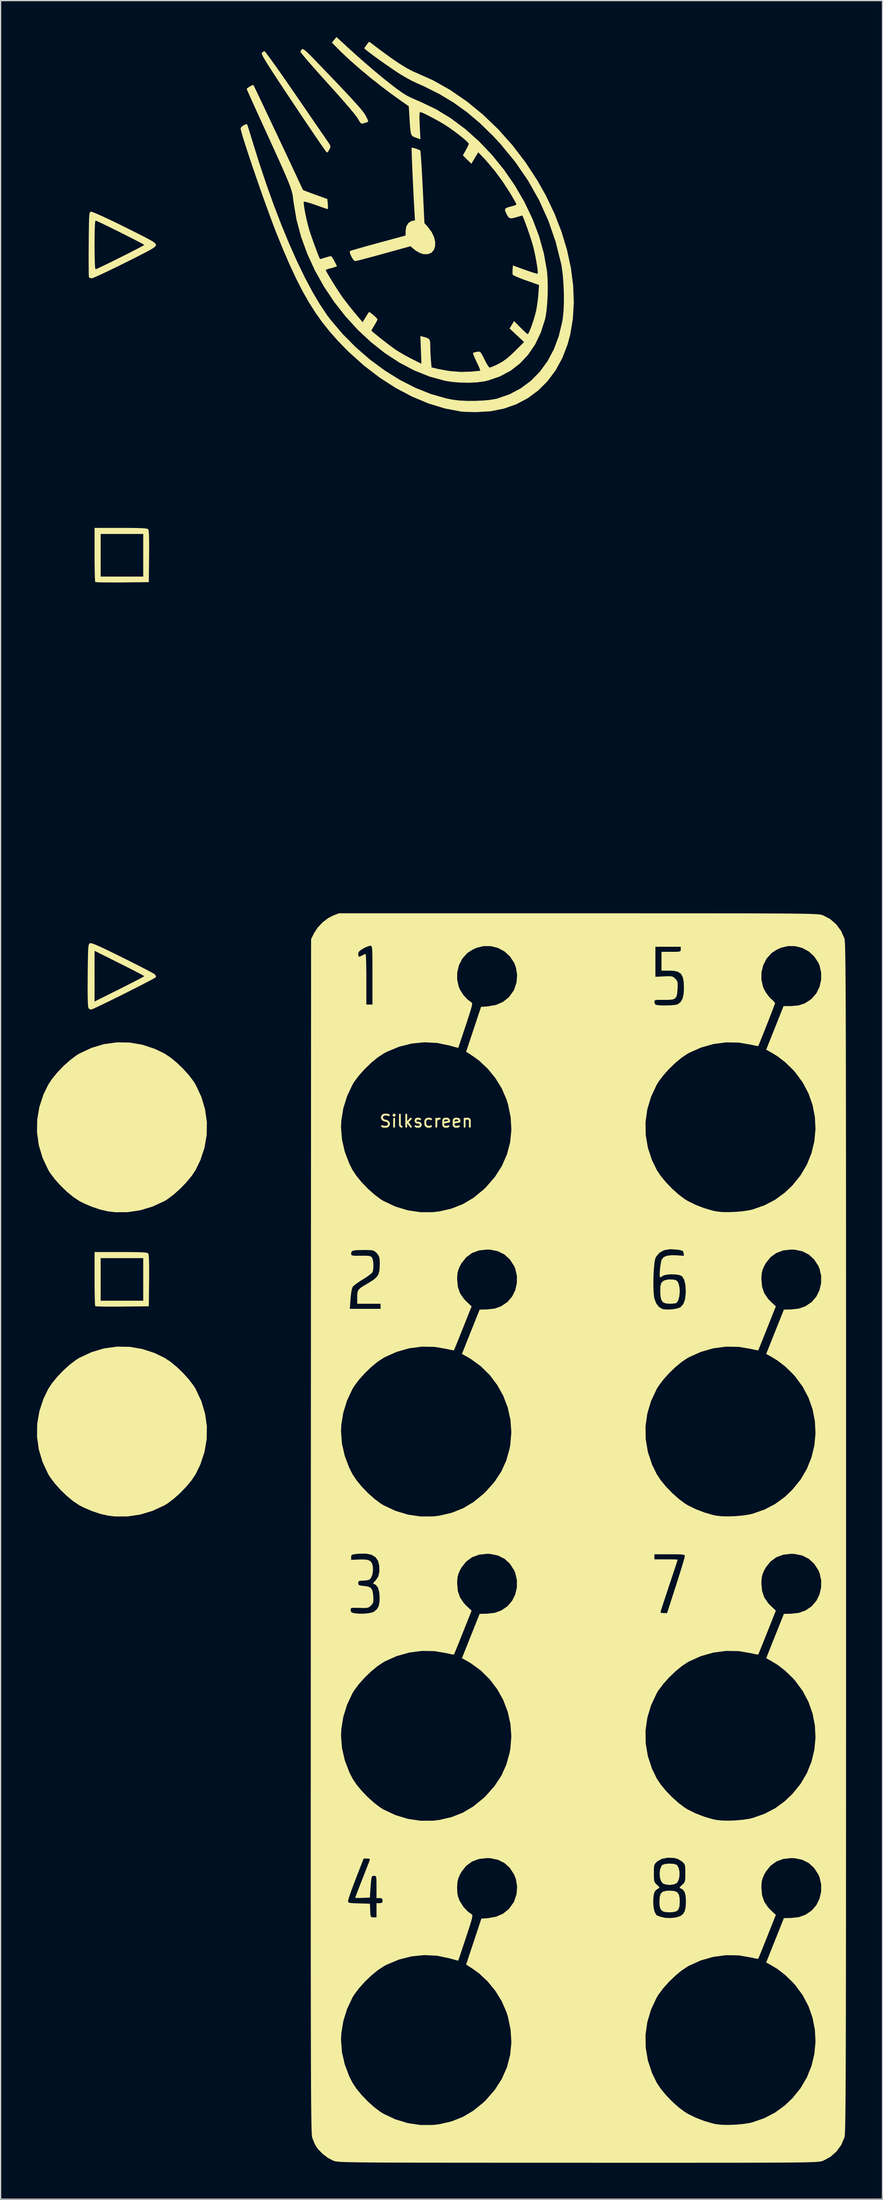
<source format=kicad_pcb>
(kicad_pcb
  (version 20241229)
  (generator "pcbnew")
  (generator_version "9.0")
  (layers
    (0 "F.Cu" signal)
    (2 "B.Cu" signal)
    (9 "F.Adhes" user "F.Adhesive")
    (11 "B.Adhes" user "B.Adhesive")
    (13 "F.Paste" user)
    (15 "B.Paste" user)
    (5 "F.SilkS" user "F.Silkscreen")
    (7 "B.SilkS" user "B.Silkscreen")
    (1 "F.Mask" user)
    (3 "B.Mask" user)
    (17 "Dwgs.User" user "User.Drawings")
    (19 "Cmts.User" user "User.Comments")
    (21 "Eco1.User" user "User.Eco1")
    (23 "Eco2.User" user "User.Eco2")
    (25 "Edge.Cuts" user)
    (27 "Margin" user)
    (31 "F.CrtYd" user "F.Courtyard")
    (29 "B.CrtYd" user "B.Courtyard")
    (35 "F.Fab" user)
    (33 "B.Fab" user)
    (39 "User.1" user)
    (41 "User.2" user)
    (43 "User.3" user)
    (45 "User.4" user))
  (footprint "Silkscreen"
    (layer "F.Cu")
    (at 32.062 89.818)
    (property "Reference" "Silkscreen" (at 0 -0.5 0) (unlocked yes) (layer "F.SilkS") (effects (font (size 1 1) (thickness 0.15))))
    (fp_poly (pts (xy 20.423 62.912) (xy 20.668 63.004) (xy 20.812 63.188) (xy 20.877 63.491) (xy 20.888 63.802) (xy 20.864 64.195) (xy 20.773 64.451) (xy 20.592 64.598) (xy 20.294 64.661) (xy 20.053 64.67) (xy 19.732 64.655) (xy 19.524 64.602) (xy 19.384 64.503) (xy 19.286 64.365) (xy 19.234 64.168) (xy 19.217 63.864) (xy 19.217 63.802) (xy 19.24 63.396) (xy 19.324 63.128) (xy 19.492 62.971) (xy 19.769 62.9) (xy 20.053 62.887)) (stroke (width 0) (type solid)) (fill yes) (layer "F.SilkS"))
    (fp_poly (pts (xy 20.4 12.548) (xy 20.597 12.604) (xy 20.719 12.724) (xy 20.799 12.895) (xy 20.872 13.206) (xy 20.888 13.564) (xy 20.853 13.922) (xy 20.773 14.229) (xy 20.655 14.436) (xy 20.611 14.473) (xy 20.476 14.509) (xy 20.237 14.532) (xy 20.074 14.537) (xy 19.76 14.516) (xy 19.554 14.441) (xy 19.468 14.371) (xy 19.361 14.19) (xy 19.3 13.898) (xy 19.283 13.474) (xy 19.297 13.076) (xy 19.378 12.797) (xy 19.589 12.619) (xy 19.933 12.539) (xy 20.083 12.534)) (stroke (width 0) (type solid)) (fill yes) (layer "F.SilkS"))
    (fp_poly (pts (xy 20.422 60.685) (xy 20.642 60.763) (xy 20.666 60.784) (xy 20.8 61.013) (xy 20.867 61.327) (xy 20.867 61.672) (xy 20.803 61.991) (xy 20.677 62.229) (xy 20.614 62.287) (xy 20.419 62.366) (xy 20.148 62.41) (xy 20.053 62.414) (xy 19.777 62.386) (xy 19.545 62.317) (xy 19.491 62.287) (xy 19.343 62.093) (xy 19.255 61.798) (xy 19.231 61.457) (xy 19.272 61.125) (xy 19.38 60.857) (xy 19.439 60.784) (xy 19.629 60.696) (xy 19.971 60.66) (xy 20.053 60.659)) (stroke (width 0) (type solid)) (fill yes) (layer "F.SilkS"))
    (fp_poly (pts (xy -24.475 -49.378) (xy -23.939 -49.372) (xy -23.536 -49.362) (xy -23.248 -49.346) (xy -23.056 -49.324) (xy -22.945 -49.294) (xy -22.902 -49.265) (xy -22.87 -49.161) (xy -22.846 -48.932) (xy -22.832 -48.568) (xy -22.825 -48.061) (xy -22.826 -47.4) (xy -22.829 -47.03) (xy -22.852 -44.91) (xy -25.03 -44.887) (xy -25.617 -44.883) (xy -26.149 -44.884) (xy -26.602 -44.889) (xy -26.954 -44.897) (xy -27.183 -44.909) (xy -27.265 -44.922) (xy -27.28 -45.018) (xy -27.294 -45.258) (xy -27.297 -45.369) (xy -26.82 -45.369) (xy -23.311 -45.369) (xy -23.311 -48.878) (xy -26.82 -48.878) (xy -26.82 -45.369) (xy -27.297 -45.369) (xy -27.305 -45.62) (xy -27.314 -46.082) (xy -27.32 -46.62) (xy -27.322 -47.179) (xy -27.322 -49.38) (xy -25.16 -49.38)) (stroke (width 0) (type solid)) (fill yes) (layer "F.SilkS"))
    (fp_poly (pts (xy -24.475 10.279) (xy -23.939 10.284) (xy -23.536 10.294) (xy -23.248 10.31) (xy -23.056 10.333) (xy -22.945 10.363) (xy -22.902 10.392) (xy -22.87 10.496) (xy -22.846 10.725) (xy -22.832 11.088) (xy -22.825 11.596) (xy -22.826 12.256) (xy -22.829 12.627) (xy -22.852 14.747) (xy -25.03 14.769) (xy -25.617 14.773) (xy -26.149 14.773) (xy -26.602 14.768) (xy -26.954 14.76) (xy -27.183 14.748) (xy -27.265 14.734) (xy -27.28 14.639) (xy -27.294 14.399) (xy -27.297 14.287) (xy -26.82 14.287) (xy -23.311 14.287) (xy -23.311 10.778) (xy -26.82 10.778) (xy -26.82 14.287) (xy -27.297 14.287) (xy -27.305 14.037) (xy -27.314 13.575) (xy -27.32 13.036) (xy -27.322 12.477) (xy -27.322 10.277) (xy -25.16 10.277)) (stroke (width 0) (type solid)) (fill yes) (layer "F.SilkS"))
    (fp_poly (pts (xy -10.077 -88.786) (xy -9.925 -88.67) (xy -9.704 -88.464) (xy -9.398 -88.157) (xy -9.171 -87.923) (xy -8.357 -87.078) (xy -7.652 -86.343) (xy -7.05 -85.71) (xy -6.542 -85.171) (xy -6.12 -84.717) (xy -5.777 -84.341) (xy -5.505 -84.033) (xy -5.297 -83.785) (xy -5.145 -83.589) (xy -5.04 -83.436) (xy -4.996 -83.359) (xy -4.855 -83.084) (xy -4.789 -82.922) (xy -4.796 -82.837) (xy -4.873 -82.792) (xy -4.964 -82.768) (xy -5.168 -82.711) (xy -5.28 -82.674) (xy -5.391 -82.718) (xy -5.534 -82.92) (xy -5.601 -83.045) (xy -5.719 -83.228) (xy -5.947 -83.523) (xy -6.278 -83.925) (xy -6.707 -84.425) (xy -7.227 -85.016) (xy -7.832 -85.692) (xy -8.084 -85.97) (xy -8.578 -86.518) (xy -9.036 -87.031) (xy -9.445 -87.494) (xy -9.793 -87.893) (xy -10.068 -88.217) (xy -10.258 -88.449) (xy -10.353 -88.577) (xy -10.361 -88.596) (xy -10.302 -88.745) (xy -10.241 -88.811) (xy -10.177 -88.829)) (stroke (width 0) (type solid)) (fill yes) (layer "F.SilkS"))
    (fp_poly (pts (xy -13.257 -88.582) (xy -13.106 -88.39) (xy -12.879 -88.085) (xy -12.586 -87.681) (xy -12.236 -87.189) (xy -11.839 -86.624) (xy -11.403 -85.998) (xy -10.937 -85.324) (xy -10.768 -85.077) (xy -10.288 -84.376) (xy -9.829 -83.708) (xy -9.402 -83.086) (xy -9.017 -82.525) (xy -8.684 -82.04) (xy -8.413 -81.646) (xy -8.213 -81.356) (xy -8.096 -81.186) (xy -8.079 -81.162) (xy -7.939 -80.952) (xy -7.887 -80.814) (xy -7.911 -80.686) (xy -7.973 -80.556) (xy -8.081 -80.382) (xy -8.168 -80.296) (xy -8.177 -80.294) (xy -8.234 -80.362) (xy -8.376 -80.556) (xy -8.593 -80.866) (xy -8.877 -81.278) (xy -9.22 -81.781) (xy -9.614 -82.361) (xy -10.05 -83.008) (xy -10.519 -83.708) (xy -10.944 -84.344) (xy -11.522 -85.213) (xy -12.013 -85.953) (xy -12.422 -86.576) (xy -12.757 -87.09) (xy -13.023 -87.507) (xy -13.227 -87.836) (xy -13.376 -88.087) (xy -13.474 -88.272) (xy -13.53 -88.399) (xy -13.548 -88.479) (xy -13.537 -88.522) (xy -13.399 -88.629) (xy -13.324 -88.649)) (stroke (width 0) (type solid)) (fill yes) (layer "F.SilkS"))
    (fp_poly (pts (xy -24.435 -6.981) (xy -23.388 -6.803) (xy -22.36 -6.464) (xy -21.557 -6.074) (xy -21.063 -5.748) (xy -20.536 -5.313) (xy -20.013 -4.81) (xy -19.538 -4.28) (xy -19.149 -3.764) (xy -18.992 -3.509) (xy -18.523 -2.506) (xy -18.215 -1.474) (xy -18.069 -0.424) (xy -18.085 0.631) (xy -18.263 1.678) (xy -18.602 2.706) (xy -18.992 3.509) (xy -19.318 4.002) (xy -19.753 4.53) (xy -20.256 5.052) (xy -20.786 5.528) (xy -21.302 5.917) (xy -21.557 6.074) (xy -22.526 6.526) (xy -23.545 6.834) (xy -24.588 6.992) (xy -25.63 6.995) (xy -26.222 6.925) (xy -26.85 6.779) (xy -27.534 6.551) (xy -28.203 6.266) (xy -28.575 6.074) (xy -29.068 5.748) (xy -29.596 5.313) (xy -30.118 4.81) (xy -30.594 4.28) (xy -30.983 3.764) (xy -31.14 3.509) (xy -31.609 2.506) (xy -31.917 1.474) (xy -32.062 0.424) (xy -32.047 -0.631) (xy -31.869 -1.678) (xy -31.53 -2.706) (xy -31.14 -3.509) (xy -30.813 -4.002) (xy -30.379 -4.53) (xy -29.876 -5.052) (xy -29.346 -5.528) (xy -28.829 -5.917) (xy -28.575 -6.074) (xy -27.572 -6.543) (xy -26.54 -6.851) (xy -25.49 -6.997)) (stroke (width 0) (type solid)) (fill yes) (layer "F.SilkS"))
    (fp_poly (pts (xy -24.435 18.085) (xy -23.388 18.263) (xy -22.36 18.602) (xy -21.557 18.992) (xy -21.063 19.318) (xy -20.536 19.753) (xy -20.013 20.256) (xy -19.538 20.786) (xy -19.149 21.302) (xy -18.992 21.557) (xy -18.523 22.559) (xy -18.215 23.592) (xy -18.069 24.642) (xy -18.085 25.696) (xy -18.263 26.744) (xy -18.602 27.771) (xy -18.992 28.575) (xy -19.318 29.068) (xy -19.753 29.596) (xy -20.256 30.118) (xy -20.786 30.594) (xy -21.302 30.983) (xy -21.557 31.14) (xy -22.526 31.592) (xy -23.545 31.9) (xy -24.588 32.058) (xy -25.63 32.061) (xy -26.222 31.991) (xy -26.85 31.845) (xy -27.534 31.617) (xy -28.203 31.332) (xy -28.575 31.14) (xy -29.068 30.813) (xy -29.596 30.379) (xy -30.118 29.876) (xy -30.594 29.346) (xy -30.983 28.829) (xy -31.14 28.575) (xy -31.609 27.572) (xy -31.917 26.54) (xy -32.062 25.49) (xy -32.047 24.435) (xy -31.869 23.388) (xy -31.53 22.36) (xy -31.14 21.557) (xy -30.813 21.063) (xy -30.379 20.536) (xy -29.876 20.013) (xy -29.346 19.538) (xy -28.829 19.149) (xy -28.575 18.992) (xy -27.572 18.523) (xy -26.54 18.215) (xy -25.49 18.069)) (stroke (width 0) (type solid)) (fill yes) (layer "F.SilkS"))
    (fp_poly (pts (xy -1.118 -80.695) (xy -0.94 -80.65) (xy -0.732 -80.582) (xy -0.558 -80.513) (xy -0.487 -80.472) (xy -0.47 -80.379) (xy -0.447 -80.139) (xy -0.419 -79.769) (xy -0.388 -79.291) (xy -0.354 -78.722) (xy -0.32 -78.083) (xy -0.288 -77.453) (xy -0.146 -74.487) (xy 0.144 -74.164) (xy 0.45 -73.753) (xy 0.647 -73.337) (xy 0.74 -72.938) (xy 0.733 -72.577) (xy 0.63 -72.275) (xy 0.435 -72.053) (xy 0.154 -71.931) (xy -0.209 -71.931) (xy -0.322 -71.955) (xy -0.597 -72.065) (xy -0.886 -72.24) (xy -0.977 -72.311) (xy -1.295 -72.582) (xy -3.509 -71.97) (xy -4.096 -71.809) (xy -4.633 -71.664) (xy -5.099 -71.54) (xy -5.473 -71.444) (xy -5.73 -71.38) (xy -5.851 -71.356) (xy -5.853 -71.356) (xy -5.962 -71.425) (xy -6.097 -71.606) (xy -6.171 -71.743) (xy -6.279 -71.997) (xy -6.298 -72.142) (xy -6.261 -72.193) (xy -6.157 -72.23) (xy -5.914 -72.304) (xy -5.552 -72.409) (xy -5.095 -72.539) (xy -4.563 -72.687) (xy -3.979 -72.847) (xy -3.93 -72.86) (xy -1.699 -73.466) (xy -1.699 -73.824) (xy -1.642 -74.2) (xy -1.482 -74.484) (xy -1.237 -74.649) (xy -1.169 -74.667) (xy -0.925 -74.716) (xy -0.97 -75.479) (xy -0.996 -75.934) (xy -1.025 -76.462) (xy -1.054 -77.04) (xy -1.083 -77.645) (xy -1.112 -78.253) (xy -1.138 -78.842) (xy -1.162 -79.388) (xy -1.181 -79.868) (xy -1.196 -80.26) (xy -1.204 -80.54) (xy -1.206 -80.684) (xy -1.204 -80.699)) (stroke (width 0) (type solid)) (fill yes) (layer "F.SilkS"))
    (fp_poly (pts (xy -27.542 -15.149) (xy -27.365 -15.091) (xy -27.112 -14.987) (xy -26.766 -14.831) (xy -26.315 -14.617) (xy -25.743 -14.339) (xy -25.046 -13.996) (xy -24.438 -13.693) (xy -23.874 -13.409) (xy -23.371 -13.152) (xy -22.95 -12.933) (xy -22.627 -12.761) (xy -22.423 -12.647) (xy -22.361 -12.605) (xy -22.262 -12.463) (xy -22.267 -12.366) (xy -22.353 -12.308) (xy -22.569 -12.187) (xy -22.893 -12.014) (xy -23.305 -11.8) (xy -23.783 -11.555) (xy -24.306 -11.29) (xy -24.854 -11.015) (xy -25.405 -10.74) (xy -25.939 -10.477) (xy -26.434 -10.235) (xy -26.87 -10.025) (xy -27.225 -9.858) (xy -27.478 -9.744) (xy -27.609 -9.694) (xy -27.618 -9.692) (xy -27.754 -9.75) (xy -27.814 -9.807) (xy -27.843 -9.903) (xy -27.866 -10.119) (xy -27.881 -10.465) (xy -27.89 -10.948) (xy -27.892 -11.578) (xy -27.888 -12.365) (xy -27.887 -12.492) (xy -27.88 -13.22) (xy -27.872 -13.798) (xy -27.863 -14.245) (xy -27.852 -14.538) (xy -27.322 -14.538) (xy -27.322 -10.361) (xy -25.275 -11.383) (xy -24.738 -11.653) (xy -24.255 -11.899) (xy -23.843 -12.111) (xy -23.521 -12.28) (xy -23.31 -12.396) (xy -23.228 -12.448) (xy -23.228 -12.449) (xy -23.299 -12.497) (xy -23.502 -12.608) (xy -23.815 -12.773) (xy -24.221 -12.983) (xy -24.7 -13.227) (xy -25.233 -13.494) (xy -25.275 -13.515) (xy -27.322 -14.538) (xy -27.852 -14.538) (xy -27.85 -14.579) (xy -27.834 -14.816) (xy -27.812 -14.975) (xy -27.784 -15.075) (xy -27.748 -15.131) (xy -27.719 -15.155) (xy -27.655 -15.169)) (stroke (width 0) (type solid)) (fill yes) (layer "F.SilkS"))
    (fp_poly (pts (xy -27.493 -75.401) (xy -27.247 -75.303) (xy -26.888 -75.146) (xy -26.435 -74.939) (xy -25.904 -74.688) (xy -25.315 -74.403) (xy -24.85 -74.174) (xy -24.155 -73.828) (xy -23.595 -73.547) (xy -23.157 -73.323) (xy -22.826 -73.146) (xy -22.587 -73.01) (xy -22.426 -72.904) (xy -22.329 -72.823) (xy -22.281 -72.756) (xy -22.267 -72.695) (xy -22.267 -72.691) (xy -22.279 -72.63) (xy -22.325 -72.563) (xy -22.419 -72.482) (xy -22.576 -72.378) (xy -22.81 -72.242) (xy -23.136 -72.067) (xy -23.569 -71.844) (xy -24.123 -71.564) (xy -24.812 -71.219) (xy -24.815 -71.217) (xy -25.425 -70.915) (xy -25.994 -70.639) (xy -26.502 -70.396) (xy -26.932 -70.197) (xy -27.264 -70.048) (xy -27.48 -69.961) (xy -27.554 -69.94) (xy -27.72 -69.975) (xy -27.785 -70.039) (xy -27.794 -70.146) (xy -27.801 -70.398) (xy -27.806 -70.776) (xy -27.809 -71.258) (xy -27.809 -71.823) (xy -27.806 -72.451) (xy -27.804 -72.691) (xy -27.322 -72.691) (xy -27.318 -72.009) (xy -27.308 -71.459) (xy -27.292 -71.05) (xy -27.27 -70.789) (xy -27.242 -70.687) (xy -27.239 -70.686) (xy -27.144 -70.721) (xy -26.921 -70.823) (xy -26.59 -70.98) (xy -26.172 -71.182) (xy -25.687 -71.42) (xy -25.192 -71.666) (xy -24.667 -71.93) (xy -24.195 -72.17) (xy -23.796 -72.377) (xy -23.488 -72.539) (xy -23.292 -72.647) (xy -23.228 -72.691) (xy -23.299 -72.739) (xy -23.497 -72.848) (xy -23.797 -73.006) (xy -24.177 -73.202) (xy -24.612 -73.423) (xy -25.078 -73.658) (xy -25.553 -73.894) (xy -26.011 -74.121) (xy -26.429 -74.325) (xy -26.785 -74.496) (xy -27.053 -74.62) (xy -27.21 -74.688) (xy -27.239 -74.696) (xy -27.267 -74.614) (xy -27.29 -74.373) (xy -27.307 -73.982) (xy -27.317 -73.45) (xy -27.322 -72.784) (xy -27.322 -72.691) (xy -27.804 -72.691) (xy -27.803 -72.775) (xy -27.797 -73.507) (xy -27.79 -74.089) (xy -27.783 -74.538) (xy -27.772 -74.872) (xy -27.758 -75.109) (xy -27.739 -75.265) (xy -27.713 -75.359) (xy -27.679 -75.406) (xy -27.637 -75.426) (xy -27.607 -75.431)) (stroke (width 0) (type solid)) (fill yes) (layer "F.SilkS"))
    (fp_poly (pts (xy -3.749 -88.72) (xy -2.935 -88.124) (xy -2.213 -87.632) (xy -1.59 -87.249) (xy -1.073 -86.979) (xy -0.877 -86.896) (xy 0.576 -86.248) (xy 1.995 -85.445) (xy 3.37 -84.497) (xy 4.689 -83.415) (xy 5.942 -82.209) (xy 7.117 -80.89) (xy 8.203 -79.468) (xy 9.19 -77.954) (xy 9.86 -76.758) (xy 10.566 -75.279) (xy 11.146 -73.785) (xy 11.598 -72.29) (xy 11.919 -70.808) (xy 12.108 -69.352) (xy 12.162 -67.936) (xy 12.081 -66.573) (xy 11.861 -65.278) (xy 11.646 -64.488) (xy 11.214 -63.368) (xy 10.663 -62.361) (xy 10.001 -61.471) (xy 9.235 -60.705) (xy 8.373 -60.067) (xy 7.423 -59.565) (xy 6.39 -59.201) (xy 5.284 -58.984) (xy 4.111 -58.917) (xy 4.064 -58.917) (xy 3.659 -58.925) (xy 3.293 -58.937) (xy 3.011 -58.951) (xy 2.883 -58.962) (xy 1.544 -59.216) (xy 0.193 -59.628) (xy -1.16 -60.192) (xy -2.502 -60.902) (xy -3.822 -61.751) (xy -5.106 -62.732) (xy -6.343 -63.84) (xy -6.585 -64.077) (xy -7.297 -64.814) (xy -7.95 -65.552) (xy -8.555 -66.31) (xy -9.122 -67.106) (xy -9.662 -67.958) (xy -10.188 -68.884) (xy -10.708 -69.902) (xy -11.234 -71.029) (xy -11.778 -72.285) (xy -12.302 -73.568) (xy -12.509 -74.099) (xy -12.741 -74.714) (xy -12.992 -75.395) (xy -13.257 -76.126) (xy -13.528 -76.887) (xy -13.8 -77.662) (xy -14.067 -78.432) (xy -14.322 -79.18) (xy -14.56 -79.889) (xy -14.775 -80.54) (xy -14.96 -81.117) (xy -15.11 -81.6) (xy -15.218 -81.973) (xy -15.279 -82.218) (xy -15.29 -82.298) (xy -15.228 -82.406) (xy -15.081 -82.524) (xy -14.911 -82.613) (xy -14.779 -82.638) (xy -14.754 -82.624) (xy -14.721 -82.537) (xy -14.649 -82.318) (xy -14.549 -81.998) (xy -14.428 -81.605) (xy -14.373 -81.422) (xy -13.788 -79.542) (xy -13.182 -77.728) (xy -12.562 -75.993) (xy -11.93 -74.346) (xy -11.291 -72.798) (xy -10.651 -71.359) (xy -10.013 -70.039) (xy -9.383 -68.849) (xy -8.763 -67.799) (xy -8.161 -66.899) (xy -7.896 -66.547) (xy -6.888 -65.357) (xy -5.796 -64.255) (xy -4.636 -63.249) (xy -3.422 -62.352) (xy -2.172 -61.573) (xy -0.901 -60.923) (xy 0.376 -60.411) (xy 1.643 -60.049) (xy 2.172 -59.943) (xy 2.714 -59.877) (xy 3.345 -59.843) (xy 4.015 -59.842) (xy 4.677 -59.871) (xy 5.28 -59.929) (xy 5.775 -60.016) (xy 5.849 -60.034) (xy 6.864 -60.386) (xy 7.791 -60.876) (xy 8.626 -61.499) (xy 9.362 -62.246) (xy 9.993 -63.111) (xy 10.514 -64.087) (xy 10.919 -65.167) (xy 11.203 -66.345) (xy 11.251 -66.633) (xy 11.314 -67.222) (xy 11.343 -67.925) (xy 11.342 -68.693) (xy 11.31 -69.474) (xy 11.251 -70.221) (xy 11.164 -70.883) (xy 11.12 -71.126) (xy 10.667 -72.942) (xy 10.061 -74.693) (xy 9.301 -76.377) (xy 8.39 -77.993) (xy 7.328 -79.539) (xy 6.115 -81.013) (xy 5.5 -81.675) (xy 4.426 -82.721) (xy 3.355 -83.629) (xy 2.25 -84.422) (xy 1.077 -85.126) (xy -0.2 -85.765) (xy -0.788 -86.024) (xy -1.17 -86.206) (xy -1.624 -86.45) (xy -2.088 -86.723) (xy -2.423 -86.937) (xy -2.863 -87.235) (xy -3.315 -87.548) (xy -3.757 -87.86) (xy -4.17 -88.157) (xy -4.531 -88.424) (xy -4.819 -88.643) (xy -5.014 -88.801) (xy -5.095 -88.883) (xy -5.096 -88.886) (xy -5.048 -88.982) (xy -4.931 -89.148) (xy -4.898 -89.19) (xy -4.699 -89.437)) (stroke (width 0) (type solid)) (fill yes) (layer "F.SilkS"))
    (fp_poly (pts (xy -6.517 -89.012) (xy -5.766 -88.331) (xy -5.022 -87.675) (xy -4.302 -87.057) (xy -3.621 -86.491) (xy -2.996 -85.989) (xy -2.444 -85.566) (xy -1.981 -85.234) (xy -1.66 -85.029) (xy -1.422 -84.904) (xy -1.084 -84.745) (xy -0.698 -84.575) (xy -0.479 -84.483) (xy 0.8 -83.876) (xy 2.042 -83.118) (xy 3.235 -82.225) (xy 4.368 -81.211) (xy 5.431 -80.092) (xy 6.411 -78.881) (xy 7.299 -77.595) (xy 8.082 -76.248) (xy 8.75 -74.855) (xy 9.291 -73.43) (xy 9.695 -71.988) (xy 9.946 -70.576) (xy 9.996 -69.99) (xy 10.016 -69.323) (xy 10.008 -68.618) (xy 9.973 -67.922) (xy 9.913 -67.281) (xy 9.83 -66.74) (xy 9.788 -66.55) (xy 9.442 -65.472) (xy 8.981 -64.506) (xy 8.409 -63.656) (xy 7.731 -62.928) (xy 6.953 -62.327) (xy 6.081 -61.859) (xy 5.119 -61.529) (xy 4.795 -61.454) (xy 4.209 -61.371) (xy 3.523 -61.337) (xy 2.798 -61.35) (xy 2.094 -61.409) (xy 1.546 -61.497) (xy 0.265 -61.85) (xy -0.996 -62.357) (xy -2.227 -63.007) (xy -3.417 -63.789) (xy -4.558 -64.69) (xy -5.638 -65.699) (xy -6.649 -66.804) (xy -7.579 -67.993) (xy -8.42 -69.254) (xy -9.162 -70.576) (xy -9.793 -71.946) (xy -10.305 -73.353) (xy -10.688 -74.786) (xy -10.931 -76.231) (xy -10.945 -76.351) (xy -10.966 -76.536) (xy -10.989 -76.709) (xy -11.02 -76.88) (xy -11.064 -77.063) (xy -11.125 -77.268) (xy -11.207 -77.509) (xy -11.317 -77.796) (xy -11.459 -78.143) (xy -11.637 -78.56) (xy -11.858 -79.061) (xy -12.124 -79.657) (xy -12.442 -80.36) (xy -12.816 -81.182) (xy -13.252 -82.135) (xy -13.609 -82.916) (xy -13.888 -83.528) (xy -14.143 -84.09) (xy -14.367 -84.586) (xy -14.551 -84.998) (xy -14.688 -85.307) (xy -14.769 -85.496) (xy -14.788 -85.548) (xy -14.724 -85.618) (xy -14.575 -85.718) (xy -14.403 -85.814) (xy -14.27 -85.869) (xy -14.235 -85.868) (xy -14.195 -85.789) (xy -14.091 -85.576) (xy -13.933 -85.245) (xy -13.728 -84.815) (xy -13.484 -84.301) (xy -13.209 -83.722) (xy -12.911 -83.093) (xy -12.599 -82.432) (xy -12.279 -81.757) (xy -11.962 -81.083) (xy -11.654 -80.429) (xy -11.363 -79.811) (xy -11.098 -79.246) (xy -10.867 -78.751) (xy -10.677 -78.343) (xy -10.632 -78.247) (xy -10.459 -77.874) (xy -10.311 -77.559) (xy -10.203 -77.331) (xy -10.148 -77.221) (xy -10.144 -77.215) (xy -10.061 -77.177) (xy -9.851 -77.095) (xy -9.545 -76.98) (xy -9.174 -76.845) (xy -9.133 -76.83) (xy -8.146 -76.475) (xy -8.102 -76.043) (xy -8.089 -75.772) (xy -8.117 -75.647) (xy -8.144 -75.641) (xy -8.253 -75.68) (xy -8.485 -75.762) (xy -8.804 -75.874) (xy -9.13 -75.989) (xy -9.491 -76.111) (xy -9.792 -76.202) (xy -10.001 -76.253) (xy -10.081 -76.256) (xy -10.093 -76.149) (xy -10.069 -75.913) (xy -10.015 -75.579) (xy -9.938 -75.179) (xy -9.844 -74.747) (xy -9.738 -74.315) (xy -9.645 -73.975) (xy -9.566 -73.72) (xy -9.454 -73.387) (xy -9.321 -73.009) (xy -9.179 -72.616) (xy -9.039 -72.241) (xy -8.914 -71.915) (xy -8.815 -71.67) (xy -8.753 -71.537) (xy -8.741 -71.522) (xy -8.663 -71.544) (xy -8.474 -71.601) (xy -8.321 -71.647) (xy -8.074 -71.719) (xy -7.893 -71.764) (xy -7.842 -71.772) (xy -7.77 -71.703) (xy -7.655 -71.527) (xy -7.561 -71.353) (xy -7.349 -70.934) (xy -7.539 -70.862) (xy -7.76 -70.792) (xy -8 -70.731) (xy -8.184 -70.676) (xy -8.271 -70.618) (xy -8.272 -70.613) (xy -8.229 -70.513) (xy -8.112 -70.302) (xy -7.939 -70.01) (xy -7.728 -69.665) (xy -7.497 -69.297) (xy -7.264 -68.935) (xy -7.047 -68.607) (xy -6.881 -68.366) (xy -6.655 -68.063) (xy -6.365 -67.689) (xy -6.054 -67.302) (xy -5.863 -67.071) (xy -5.239 -66.327) (xy -4.99 -66.731) (xy -4.85 -66.956) (xy -4.749 -67.115) (xy -4.715 -67.164) (xy -4.641 -67.137) (xy -4.492 -67.029) (xy -4.312 -66.879) (xy -4.145 -66.723) (xy -4.034 -66.601) (xy -4.012 -66.559) (xy -4.052 -66.452) (xy -4.157 -66.254) (xy -4.261 -66.077) (xy -4.397 -65.851) (xy -4.488 -65.69) (xy -4.512 -65.637) (xy -4.449 -65.569) (xy -4.28 -65.422) (xy -4.031 -65.217) (xy -3.729 -64.975) (xy -3.4 -64.718) (xy -3.072 -64.467) (xy -2.772 -64.243) (xy -2.527 -64.067) (xy -2.465 -64.025) (xy -2.162 -63.836) (xy -1.772 -63.612) (xy -1.361 -63.389) (xy -1.179 -63.295) (xy -0.394 -62.901) (xy -0.481 -65.184) (xy -0.286 -65.135) (xy 0.028 -65.049) (xy 0.213 -64.959) (xy 0.303 -64.823) (xy 0.332 -64.602) (xy 0.334 -64.392) (xy 0.342 -64.021) (xy 0.363 -63.586) (xy 0.387 -63.23) (xy 0.441 -62.6) (xy 1.035 -62.461) (xy 1.944 -62.298) (xy 2.855 -62.227) (xy 3.687 -62.253) (xy 4.015 -62.284) (xy 4.276 -62.309) (xy 4.429 -62.323) (xy 4.449 -62.325) (xy 4.441 -62.396) (xy 4.37 -62.583) (xy 4.249 -62.854) (xy 4.16 -63.037) (xy 4.013 -63.348) (xy 3.908 -63.6) (xy 3.857 -63.758) (xy 3.858 -63.793) (xy 3.966 -63.838) (xy 4.166 -63.883) (xy 4.189 -63.887) (xy 4.325 -63.904) (xy 4.424 -63.883) (xy 4.514 -63.798) (xy 4.619 -63.621) (xy 4.767 -63.326) (xy 4.801 -63.257) (xy 4.957 -62.958) (xy 5.097 -62.726) (xy 5.199 -62.597) (xy 5.228 -62.581) (xy 5.344 -62.616) (xy 5.566 -62.71) (xy 5.853 -62.843) (xy 5.942 -62.887) (xy 6.302 -63.089) (xy 6.65 -63.338) (xy 7.028 -63.668) (xy 7.311 -63.941) (xy 8.063 -64.689) (xy 7.466 -65.249) (xy 6.87 -65.808) (xy 7.054 -66.113) (xy 7.238 -66.418) (xy 7.773 -65.878) (xy 8.015 -65.64) (xy 8.212 -65.456) (xy 8.337 -65.352) (xy 8.362 -65.338) (xy 8.426 -65.413) (xy 8.522 -65.614) (xy 8.639 -65.906) (xy 8.764 -66.255) (xy 8.884 -66.627) (xy 8.988 -66.986) (xy 9.059 -67.282) (xy 9.132 -67.697) (xy 9.197 -68.18) (xy 9.242 -68.63) (xy 9.244 -68.661) (xy 9.295 -69.39) (xy 8.23 -69.765) (xy 7.836 -69.909) (xy 7.502 -70.043) (xy 7.259 -70.152) (xy 7.137 -70.225) (xy 7.128 -70.236) (xy 7.111 -70.376) (xy 7.114 -70.604) (xy 7.118 -70.665) (xy 7.144 -70.998) (xy 8.143 -70.637) (xy 8.523 -70.504) (xy 8.843 -70.399) (xy 9.072 -70.333) (xy 9.18 -70.314) (xy 9.183 -70.316) (xy 9.196 -70.422) (xy 9.176 -70.658) (xy 9.131 -70.991) (xy 9.064 -71.388) (xy 8.983 -71.816) (xy 8.891 -72.242) (xy 8.808 -72.582) (xy 8.729 -72.86) (xy 8.619 -73.211) (xy 8.489 -73.603) (xy 8.349 -74.006) (xy 8.212 -74.388) (xy 8.088 -74.718) (xy 7.989 -74.966) (xy 7.925 -75.099) (xy 7.91 -75.113) (xy 7.829 -75.09) (xy 7.638 -75.034) (xy 7.486 -74.988) (xy 7.16 -74.898) (xy 6.947 -74.88) (xy 6.803 -74.945) (xy 6.686 -75.108) (xy 6.612 -75.252) (xy 6.51 -75.483) (xy 6.491 -75.632) (xy 6.576 -75.729) (xy 6.788 -75.807) (xy 7.039 -75.871) (xy 7.268 -75.937) (xy 7.412 -76.002) (xy 7.436 -76.029) (xy 7.395 -76.122) (xy 7.284 -76.326) (xy 7.12 -76.614) (xy 6.919 -76.953) (xy 6.914 -76.961) (xy 6.308 -77.898) (xy 5.649 -78.794) (xy 4.975 -79.595) (xy 4.802 -79.782) (xy 4.288 -80.324) (xy 4.005 -79.851) (xy 3.722 -79.377) (xy 3.371 -79.722) (xy 3.02 -80.067) (xy 3.264 -80.5) (xy 3.396 -80.747) (xy 3.485 -80.941) (xy 3.509 -81.022) (xy 3.445 -81.12) (xy 3.267 -81.292) (xy 3.002 -81.52) (xy 2.673 -81.782) (xy 2.305 -82.059) (xy 1.924 -82.331) (xy 1.749 -82.45) (xy 1.447 -82.641) (xy 1.086 -82.853) (xy 0.699 -83.069) (xy 0.318 -83.272) (xy -0.026 -83.445) (xy -0.3 -83.571) (xy -0.472 -83.633) (xy -0.498 -83.636) (xy -0.536 -83.574) (xy -0.554 -83.379) (xy -0.554 -83.042) (xy -0.535 -82.549) (xy -0.533 -82.514) (xy -0.476 -81.392) (xy -0.86 -81.53) (xy -1.007 -81.584) (xy -1.117 -81.643) (xy -1.196 -81.729) (xy -1.253 -81.868) (xy -1.294 -82.082) (xy -1.326 -82.397) (xy -1.357 -82.836) (xy -1.384 -83.272) (xy -1.437 -84.118) (xy -2.076 -84.561) (xy -2.914 -85.161) (xy -3.782 -85.819) (xy -4.649 -86.509) (xy -5.483 -87.205) (xy -6.254 -87.882) (xy -6.93 -88.513) (xy -7.247 -88.828) (xy -7.767 -89.361) (xy -7.581 -89.589) (xy -7.394 -89.818)) (stroke (width 0) (type solid)) (fill yes) (layer "F.SilkS"))
    (fp_poly (pts (xy 14.673 -17.63) (xy 16.653 -17.63) (xy 18.479 -17.629) (xy 20.157 -17.629) (xy 21.693 -17.628) (xy 23.094 -17.628) (xy 24.367 -17.626) (xy 25.518 -17.625) (xy 26.553 -17.623) (xy 27.479 -17.62) (xy 28.302 -17.617) (xy 29.028 -17.613) (xy 29.665 -17.609) (xy 30.218 -17.604) (xy 30.693 -17.598) (xy 31.099 -17.592) (xy 31.439 -17.584) (xy 31.722 -17.576) (xy 31.954 -17.566) (xy 32.141 -17.556) (xy 32.289 -17.544) (xy 32.405 -17.532) (xy 32.495 -17.518) (xy 32.566 -17.503) (xy 32.624 -17.486) (xy 32.675 -17.469) (xy 32.699 -17.46) (xy 33.28 -17.156) (xy 33.781 -16.721) (xy 34.18 -16.182) (xy 34.451 -15.564) (xy 34.458 -15.538) (xy 34.468 -15.497) (xy 34.477 -15.434) (xy 34.485 -15.346) (xy 34.493 -15.228) (xy 34.501 -15.078) (xy 34.508 -14.889) (xy 34.515 -14.66) (xy 34.521 -14.386) (xy 34.527 -14.062) (xy 34.533 -13.686) (xy 34.538 -13.252) (xy 34.543 -12.758) (xy 34.548 -12.198) (xy 34.552 -11.57) (xy 34.556 -10.869) (xy 34.56 -10.091) (xy 34.564 -9.232) (xy 34.567 -8.289) (xy 34.57 -7.257) (xy 34.573 -6.132) (xy 34.575 -4.911) (xy 34.577 -3.589) (xy 34.579 -2.163) (xy 34.581 -0.628) (xy 34.583 1.019) (xy 34.584 2.783) (xy 34.586 4.667) (xy 34.587 6.675) (xy 34.588 8.811) (xy 34.588 11.08) (xy 34.589 13.485) (xy 34.59 16.03) (xy 34.59 18.718) (xy 34.59 21.555) (xy 34.591 24.544) (xy 34.591 27.689) (xy 34.591 30.994) (xy 34.591 33.839) (xy 34.591 37.278) (xy 34.591 40.554) (xy 34.591 43.671) (xy 34.59 46.633) (xy 34.59 49.444) (xy 34.589 52.107) (xy 34.589 54.627) (xy 34.588 57.007) (xy 34.587 59.252) (xy 34.586 61.366) (xy 34.585 63.352) (xy 34.584 65.214) (xy 34.583 66.957) (xy 34.581 68.584) (xy 34.579 70.099) (xy 34.577 71.507) (xy 34.575 72.811) (xy 34.572 74.015) (xy 34.569 75.123) (xy 34.566 76.139) (xy 34.563 77.067) (xy 34.56 77.911) (xy 34.556 78.676) (xy 34.552 79.364) (xy 34.547 79.98) (xy 34.542 80.527) (xy 34.537 81.011) (xy 34.532 81.434) (xy 34.526 81.801) (xy 34.52 82.115) (xy 34.513 82.381) (xy 34.507 82.603) (xy 34.499 82.784) (xy 34.492 82.929) (xy 34.484 83.041) (xy 34.475 83.125) (xy 34.466 83.183) (xy 34.458 83.216) (xy 34.193 83.836) (xy 33.799 84.38) (xy 33.301 84.819) (xy 32.723 85.128) (xy 32.699 85.137) (xy 32.648 85.156) (xy 32.594 85.173) (xy 32.53 85.189) (xy 32.45 85.203) (xy 32.348 85.216) (xy 32.216 85.228) (xy 32.049 85.239) (xy 31.84 85.249) (xy 31.582 85.258) (xy 31.27 85.266) (xy 30.897 85.273) (xy 30.456 85.279) (xy 29.941 85.284) (xy 29.346 85.288) (xy 28.664 85.292) (xy 27.888 85.295) (xy 27.013 85.298) (xy 26.032 85.3) (xy 24.938 85.302) (xy 23.725 85.303) (xy 22.387 85.303) (xy 20.917 85.304) (xy 19.309 85.304) (xy 17.556 85.304) (xy 15.652 85.304) (xy 13.59 85.303) (xy 12.509 85.303) (xy 10.367 85.302) (xy 8.385 85.302) (xy 6.558 85.301) (xy 4.878 85.3) (xy 3.34 85.3) (xy 1.937 85.298) (xy 0.663 85.297) (xy -0.489 85.295) (xy -1.526 85.293) (xy -2.453 85.29) (xy -3.277 85.287) (xy -4.004 85.283) (xy -4.642 85.278) (xy -5.195 85.273) (xy -5.672 85.267) (xy -6.077 85.26) (xy -6.418 85.253) (xy -6.701 85.244) (xy -6.933 85.235) (xy -7.119 85.224) (xy -7.266 85.213) (xy -7.381 85.2) (xy -7.47 85.187) (xy -7.54 85.172) (xy -7.596 85.155) (xy -7.646 85.138) (xy -7.657 85.133) (xy -8.087 84.908) (xy -8.521 84.58) (xy -8.895 84.201) (xy -9.068 83.966) (xy -9.208 83.698) (xy -9.342 83.367) (xy -9.395 83.206) (xy -9.404 83.164) (xy -9.413 83.099) (xy -9.421 83.008) (xy -9.429 82.887) (xy -9.436 82.731) (xy -9.443 82.538) (xy -9.45 82.302) (xy -9.456 82.02) (xy -9.462 81.688) (xy -9.468 81.303) (xy -9.473 80.859) (xy -9.478 80.354) (xy -9.482 79.783) (xy -9.486 79.142) (xy -9.49 78.428) (xy -9.493 77.636) (xy -9.496 76.762) (xy -9.499 75.804) (xy -9.5 75.197) (xy -7.017 75.197) (xy -6.939 76.197) (xy -6.709 77.204) (xy -6.339 78.183) (xy -6.074 78.707) (xy -5.748 79.2) (xy -5.313 79.728) (xy -4.81 80.25) (xy -4.28 80.726) (xy -3.764 81.114) (xy -3.509 81.271) (xy -2.529 81.73) (xy -1.507 82.038) (xy -0.465 82.193) (xy 0.576 82.189) (xy 1.086 82.127) (xy 2.097 81.892) (xy 3.023 81.524) (xy 3.884 81.013) (xy 4.699 80.35) (xy 4.93 80.127) (xy 5.658 79.289) (xy 6.232 78.389) (xy 6.652 77.435) (xy 6.914 76.439) (xy 7.017 75.408) (xy 6.981 74.773) (xy 18.069 74.773) (xy 18.085 75.828) (xy 18.263 76.875) (xy 18.602 77.903) (xy 18.992 78.707) (xy 19.318 79.2) (xy 19.753 79.728) (xy 20.256 80.25) (xy 20.786 80.726) (xy 21.302 81.114) (xy 21.557 81.271) (xy 22.2 81.587) (xy 22.91 81.86) (xy 23.608 82.064) (xy 23.91 82.128) (xy 24.352 82.175) (xy 24.899 82.186) (xy 25.495 82.165) (xy 26.082 82.113) (xy 26.603 82.035) (xy 26.889 81.968) (xy 27.873 81.621) (xy 28.747 81.165) (xy 29.545 80.58) (xy 30.178 79.976) (xy 30.842 79.156) (xy 31.364 78.266) (xy 31.742 77.324) (xy 31.979 76.346) (xy 32.072 75.348) (xy 32.023 74.349) (xy 31.831 73.364) (xy 31.497 72.41) (xy 31.02 71.505) (xy 30.4 70.665) (xy 30.19 70.432) (xy 29.564 69.826) (xy 28.936 69.342) (xy 28.416 69.027) (xy 28.008 68.804) (xy 28.738 66.977) (xy 29.468 65.151) (xy 30.087 65.137) (xy 30.71 65.066) (xy 31.243 64.875) (xy 31.726 64.548) (xy 31.772 64.509) (xy 32.144 64.076) (xy 32.4 63.553) (xy 32.535 62.974) (xy 32.54 62.378) (xy 32.41 61.798) (xy 32.311 61.563) (xy 31.961 61.019) (xy 31.516 60.612) (xy 30.978 60.343) (xy 30.352 60.214) (xy 30.079 60.203) (xy 29.418 60.275) (xy 28.845 60.488) (xy 28.362 60.841) (xy 27.974 61.331) (xy 27.847 61.563) (xy 27.715 61.866) (xy 27.644 62.145) (xy 27.618 62.476) (xy 27.616 62.664) (xy 27.674 63.278) (xy 27.853 63.8) (xy 28.171 64.266) (xy 28.403 64.506) (xy 28.806 64.885) (xy 28.093 66.678) (xy 27.888 67.189) (xy 27.705 67.647) (xy 27.551 68.028) (xy 27.435 68.311) (xy 27.367 68.473) (xy 27.353 68.503) (xy 27.266 68.5) (xy 27.061 68.462) (xy 26.78 68.397) (xy 26.761 68.392) (xy 25.742 68.219) (xy 24.699 68.203) (xy 23.655 68.342) (xy 22.634 68.631) (xy 21.657 69.068) (xy 21.557 69.124) (xy 21.063 69.45) (xy 20.536 69.885) (xy 20.013 70.387) (xy 19.538 70.917) (xy 19.149 71.434) (xy 18.992 71.688) (xy 18.523 72.691) (xy 18.215 73.723) (xy 18.069 74.773) (xy 6.981 74.773) (xy 6.957 74.354) (xy 6.734 73.284) (xy 6.607 72.881) (xy 6.224 71.998) (xy 5.704 71.152) (xy 5.074 70.377) (xy 4.36 69.708) (xy 3.867 69.349) (xy 3.29 68.973) (xy 3.917 67.082) (xy 4.545 65.191) (xy 5.094 65.152) (xy 5.764 65.032) (xy 6.341 64.776) (xy 6.818 64.389) (xy 7.188 63.875) (xy 18.705 63.875) (xy 18.732 64.245) (xy 18.794 64.551) (xy 18.839 64.665) (xy 18.932 64.836) (xy 18.987 64.92) (xy 18.989 64.922) (xy 19.071 64.949) (xy 19.255 65.016) (xy 19.342 65.048) (xy 19.692 65.126) (xy 20.113 65.143) (xy 20.533 65.102) (xy 20.881 65.006) (xy 20.938 64.979) (xy 21.157 64.817) (xy 21.299 64.578) (xy 21.376 64.235) (xy 21.399 63.771) (xy 21.371 63.307) (xy 21.282 62.984) (xy 21.126 62.784) (xy 20.978 62.708) (xy 20.886 62.666) (xy 20.892 62.601) (xy 21.01 62.479) (xy 21.08 62.416) (xy 21.209 62.294) (xy 21.288 62.179) (xy 21.329 62.028) (xy 21.345 61.798) (xy 21.348 61.453) (xy 21.345 61.102) (xy 21.329 60.873) (xy 21.287 60.724) (xy 21.207 60.61) (xy 21.081 60.491) (xy 20.722 60.273) (xy 20.434 60.196) (xy 19.897 60.172) (xy 19.429 60.262) (xy 19.06 60.461) (xy 19.024 60.491) (xy 18.895 60.613) (xy 18.817 60.728) (xy 18.776 60.879) (xy 18.76 61.11) (xy 18.758 61.453) (xy 18.76 61.804) (xy 18.777 62.033) (xy 18.819 62.182) (xy 18.899 62.296) (xy 19.025 62.416) (xy 19.185 62.567) (xy 19.229 62.648) (xy 19.17 62.694) (xy 19.128 62.708) (xy 18.957 62.816) (xy 18.834 62.956) (xy 18.756 63.174) (xy 18.713 63.5) (xy 18.705 63.875) (xy 7.188 63.875) (xy 7.188 63.875) (xy 7.245 63.766) (xy 7.442 63.181) (xy 7.492 62.561) (xy 7.393 61.948) (xy 7.245 61.563) (xy 6.895 61.019) (xy 6.45 60.612) (xy 5.912 60.343) (xy 5.286 60.214) (xy 5.013 60.203) (xy 4.352 60.275) (xy 3.779 60.488) (xy 3.297 60.841) (xy 2.909 61.331) (xy 2.781 61.563) (xy 2.649 61.869) (xy 2.577 62.151) (xy 2.55 62.487) (xy 2.548 62.664) (xy 2.562 63.048) (xy 2.612 63.343) (xy 2.717 63.629) (xy 2.781 63.766) (xy 3.071 64.227) (xy 3.437 64.614) (xy 3.734 64.824) (xy 3.779 64.861) (xy 3.802 64.922) (xy 3.799 65.028) (xy 3.764 65.199) (xy 3.694 65.453) (xy 3.583 65.812) (xy 3.427 66.293) (xy 3.268 66.774) (xy 3.094 67.3) (xy 2.938 67.769) (xy 2.808 68.161) (xy 2.71 68.452) (xy 2.653 68.62) (xy 2.641 68.653) (xy 2.563 68.638) (xy 2.36 68.585) (xy 2.071 68.504) (xy 1.921 68.461) (xy 0.894 68.248) (xy -0.154 68.195) (xy -1.203 68.3) (xy -2.234 68.561) (xy -3.23 68.975) (xy -3.509 69.124) (xy -4.002 69.45) (xy -4.53 69.885) (xy -5.052 70.387) (xy -5.528 70.917) (xy -5.917 71.434) (xy -6.074 71.688) (xy -6.518 72.635) (xy -6.828 73.631) (xy -6.992 74.64) (xy -7.017 75.197) (xy -9.5 75.197) (xy -9.502 74.755) (xy -9.504 73.614) (xy -9.506 72.375) (xy -9.507 71.034) (xy -9.509 69.589) (xy -9.51 68.035) (xy -9.511 66.367) (xy -9.511 64.583) (xy -9.512 63.727) (xy -6.435 63.727) (xy -6.426 63.809) (xy -6.381 63.863) (xy -6.271 63.897) (xy -6.065 63.917) (xy -5.736 63.93) (xy -5.535 63.936) (xy -4.637 63.96) (xy -4.612 64.524) (xy -4.597 64.822) (xy -4.57 64.991) (xy -4.515 65.067) (xy -4.414 65.087) (xy -4.341 65.088) (xy -4.094 65.088) (xy -4.094 63.918) (xy -3.843 63.918) (xy -3.664 63.895) (xy -3.599 63.8) (xy -3.593 63.709) (xy -3.62 63.56) (xy -3.734 63.505) (xy -3.843 63.5) (xy -4.094 63.5) (xy -4.094 62.581) (xy -4.095 62.18) (xy -4.103 61.916) (xy -4.123 61.762) (xy -4.163 61.688) (xy -4.229 61.664) (xy -4.296 61.662) (xy -4.408 61.676) (xy -4.475 61.742) (xy -4.516 61.899) (xy -4.548 62.184) (xy -4.579 62.54) (xy -4.605 62.894) (xy -4.617 63.082) (xy -4.637 63.458) (xy -5.243 63.483) (xy -5.537 63.49) (xy -5.752 63.486) (xy -5.847 63.472) (xy -5.849 63.469) (xy -5.82 63.383) (xy -5.739 63.167) (xy -5.616 62.846) (xy -5.462 62.445) (xy -5.297 62.024) (xy -5.115 61.559) (xy -4.95 61.138) (xy -4.813 60.788) (xy -4.716 60.54) (xy -4.673 60.429) (xy -4.64 60.302) (xy -4.703 60.25) (xy -4.876 60.241) (xy -5.152 60.241) (xy -5.795 61.892) (xy -5.987 62.393) (xy -6.155 62.851) (xy -6.292 63.24) (xy -6.388 63.532) (xy -6.433 63.704) (xy -6.435 63.727) (xy -9.512 63.727) (xy -9.512 62.677) (xy -9.512 60.647) (xy -9.512 58.488) (xy -9.512 56.196) (xy -9.511 53.767) (xy -9.511 51.198) (xy -9.511 50.132) (xy -7.017 50.132) (xy -6.939 51.131) (xy -6.709 52.139) (xy -6.339 53.118) (xy -6.074 53.641) (xy -5.748 54.134) (xy -5.313 54.662) (xy -4.81 55.184) (xy -4.28 55.66) (xy -3.764 56.049) (xy -3.509 56.205) (xy -2.529 56.664) (xy -1.507 56.973) (xy -0.465 57.127) (xy 0.576 57.123) (xy 1.086 57.061) (xy 2.097 56.826) (xy 3.023 56.458) (xy 3.884 55.948) (xy 4.699 55.284) (xy 4.93 55.061) (xy 5.639 54.256) (xy 6.193 53.411) (xy 6.602 52.505) (xy 6.874 51.521) (xy 6.929 51.218) (xy 7.014 50.185) (xy 6.98 49.707) (xy 18.069 49.707) (xy 18.085 50.762) (xy 18.263 51.81) (xy 18.602 52.837) (xy 18.992 53.641) (xy 19.318 54.134) (xy 19.753 54.662) (xy 20.256 55.184) (xy 20.786 55.66) (xy 21.302 56.049) (xy 21.557 56.205) (xy 22.2 56.521) (xy 22.91 56.795) (xy 23.608 56.999) (xy 23.91 57.062) (xy 24.352 57.109) (xy 24.899 57.121) (xy 25.495 57.099) (xy 26.082 57.047) (xy 26.603 56.969) (xy 26.889 56.902) (xy 27.873 56.556) (xy 28.747 56.099) (xy 29.545 55.514) (xy 30.178 54.91) (xy 30.842 54.09) (xy 31.364 53.2) (xy 31.742 52.258) (xy 31.979 51.28) (xy 32.072 50.283) (xy 32.023 49.283) (xy 31.831 48.298) (xy 31.497 47.345) (xy 31.02 46.439) (xy 30.4 45.599) (xy 30.19 45.366) (xy 29.564 44.761) (xy 28.936 44.277) (xy 28.416 43.961) (xy 28.008 43.738) (xy 29.468 40.085) (xy 30.087 40.071) (xy 30.71 40) (xy 31.243 39.809) (xy 31.726 39.483) (xy 31.772 39.443) (xy 32.144 39.01) (xy 32.4 38.487) (xy 32.535 37.909) (xy 32.54 37.312) (xy 32.41 36.732) (xy 32.311 36.497) (xy 31.961 35.953) (xy 31.516 35.546) (xy 30.978 35.277) (xy 30.352 35.149) (xy 30.079 35.137) (xy 29.418 35.209) (xy 28.845 35.422) (xy 28.362 35.775) (xy 27.974 36.265) (xy 27.847 36.497) (xy 27.715 36.801) (xy 27.644 37.079) (xy 27.618 37.41) (xy 27.616 37.599) (xy 27.674 38.212) (xy 27.853 38.734) (xy 28.171 39.2) (xy 28.403 39.44) (xy 28.806 39.819) (xy 28.093 41.612) (xy 27.888 42.124) (xy 27.705 42.581) (xy 27.551 42.962) (xy 27.435 43.245) (xy 27.367 43.407) (xy 27.353 43.437) (xy 27.266 43.434) (xy 27.061 43.396) (xy 26.78 43.331) (xy 26.761 43.326) (xy 25.742 43.153) (xy 24.699 43.137) (xy 23.655 43.276) (xy 22.634 43.565) (xy 21.657 44.003) (xy 21.557 44.058) (xy 21.063 44.384) (xy 20.536 44.819) (xy 20.013 45.321) (xy 19.538 45.851) (xy 19.149 46.368) (xy 18.992 46.622) (xy 18.523 47.625) (xy 18.215 48.658) (xy 18.069 49.707) (xy 6.98 49.707) (xy 6.941 49.16) (xy 6.718 48.159) (xy 6.355 47.201) (xy 5.859 46.303) (xy 5.239 45.482) (xy 4.504 44.756) (xy 3.663 44.143) (xy 3.35 43.961) (xy 2.943 43.738) (xy 3.672 41.911) (xy 4.402 40.085) (xy 5.021 40.071) (xy 5.644 40) (xy 6.177 39.809) (xy 6.66 39.483) (xy 6.706 39.443) (xy 7.078 39.01) (xy 7.335 38.487) (xy 7.469 37.909) (xy 7.474 37.312) (xy 7.344 36.732) (xy 7.245 36.497) (xy 6.895 35.953) (xy 6.502 35.593) (xy 18.799 35.593) (xy 19.76 35.593) (xy 20.139 35.595) (xy 20.447 35.6) (xy 20.652 35.608) (xy 20.721 35.616) (xy 20.696 35.698) (xy 20.624 35.918) (xy 20.513 36.255) (xy 20.37 36.687) (xy 20.201 37.196) (xy 20.013 37.758) (xy 20.011 37.766) (xy 19.823 38.332) (xy 19.653 38.846) (xy 19.509 39.287) (xy 19.398 39.633) (xy 19.326 39.864) (xy 19.301 39.957) (xy 19.301 39.957) (xy 19.374 40.001) (xy 19.552 40.021) (xy 19.572 40.021) (xy 19.844 40.02) (xy 20.579 37.744) (xy 20.768 37.152) (xy 20.939 36.608) (xy 21.085 36.132) (xy 21.2 35.746) (xy 21.277 35.472) (xy 21.309 35.331) (xy 21.31 35.322) (xy 21.295 35.265) (xy 21.236 35.226) (xy 21.11 35.2) (xy 20.892 35.184) (xy 20.557 35.177) (xy 20.08 35.176) (xy 20.053 35.176) (xy 18.799 35.176) (xy 18.799 35.593) (xy 6.502 35.593) (xy 6.45 35.546) (xy 5.912 35.277) (xy 5.286 35.149) (xy 5.013 35.137) (xy 4.352 35.209) (xy 3.779 35.422) (xy 3.297 35.775) (xy 2.909 36.265) (xy 2.781 36.497) (xy 2.65 36.801) (xy 2.579 37.079) (xy 2.552 37.41) (xy 2.55 37.599) (xy 2.608 38.212) (xy 2.788 38.734) (xy 3.105 39.2) (xy 3.337 39.44) (xy 3.741 39.819) (xy 3.027 41.612) (xy 2.823 42.124) (xy 2.639 42.581) (xy 2.485 42.962) (xy 2.37 43.245) (xy 2.302 43.407) (xy 2.287 43.437) (xy 2.2 43.434) (xy 1.995 43.396) (xy 1.714 43.331) (xy 1.695 43.326) (xy 0.676 43.153) (xy -0.367 43.137) (xy -1.41 43.276) (xy -2.432 43.565) (xy -3.409 44.003) (xy -3.509 44.058) (xy -4.002 44.384) (xy -4.53 44.819) (xy -5.052 45.321) (xy -5.528 45.851) (xy -5.917 46.368) (xy -6.074 46.622) (xy -6.518 47.569) (xy -6.828 48.565) (xy -6.992 49.574) (xy -7.017 50.132) (xy -9.511 50.132) (xy -9.51 48.484) (xy -9.509 45.622) (xy -9.508 42.607) (xy -9.507 39.774) (xy -6.225 39.774) (xy -6.199 39.912) (xy -6.094 39.989) (xy -5.89 40.036) (xy -5.517 40.072) (xy -5.114 40.068) (xy -4.735 40.031) (xy -4.433 39.963) (xy -4.304 39.905) (xy -4.066 39.705) (xy -3.92 39.459) (xy -3.849 39.123) (xy -3.834 38.784) (xy -3.869 38.291) (xy -3.975 37.925) (xy -4.149 37.699) (xy -4.262 37.64) (xy -4.362 37.597) (xy -4.361 37.535) (xy -4.249 37.415) (xy -4.186 37.356) (xy -3.96 37.035) (xy -3.855 36.608) (xy -3.866 36.122) (xy -3.972 35.706) (xy -4.188 35.404) (xy -4.52 35.209) (xy -4.975 35.12) (xy -5.56 35.132) (xy -5.561 35.132) (xy -5.878 35.164) (xy -6.063 35.199) (xy -6.153 35.252) (xy -6.181 35.339) (xy -6.183 35.413) (xy -6.183 35.636) (xy -5.513 35.606) (xy -5.071 35.604) (xy -4.763 35.653) (xy -4.565 35.768) (xy -4.448 35.962) (xy -4.396 36.178) (xy -4.382 36.518) (xy -4.434 36.847) (xy -4.539 37.115) (xy -4.676 37.263) (xy -4.856 37.315) (xy -5.117 37.345) (xy -5.217 37.348) (xy -5.451 37.357) (xy -5.563 37.399) (xy -5.597 37.496) (xy -5.598 37.547) (xy -5.582 37.662) (xy -5.507 37.727) (xy -5.334 37.764) (xy -5.134 37.784) (xy -4.79 37.835) (xy -4.568 37.942) (xy -4.44 38.137) (xy -4.376 38.451) (xy -4.36 38.636) (xy -4.348 38.938) (xy -4.367 39.13) (xy -4.432 39.267) (xy -4.547 39.396) (xy -4.665 39.503) (xy -4.783 39.567) (xy -4.946 39.597) (xy -5.197 39.601) (xy -5.497 39.593) (xy -5.846 39.582) (xy -6.06 39.586) (xy -6.173 39.612) (xy -6.217 39.668) (xy -6.225 39.763) (xy -6.225 39.774) (xy -9.507 39.774) (xy -9.507 39.436) (xy -9.506 36.104) (xy -9.504 33.628) (xy -9.501 25.066) (xy -7.017 25.066) (xy -6.939 26.065) (xy -6.709 27.073) (xy -6.339 28.052) (xy -6.074 28.575) (xy -5.748 29.068) (xy -5.313 29.596) (xy -4.81 30.118) (xy -4.28 30.594) (xy -3.764 30.983) (xy -3.509 31.14) (xy -2.529 31.598) (xy -1.507 31.907) (xy -0.465 32.061) (xy 0.576 32.057) (xy 1.086 31.995) (xy 2.097 31.76) (xy 3.023 31.392) (xy 3.884 30.882) (xy 4.699 30.218) (xy 4.93 29.995) (xy 5.639 29.19) (xy 6.193 28.345) (xy 6.602 27.44) (xy 6.874 26.455) (xy 6.929 26.152) (xy 7.014 25.119) (xy 6.98 24.642) (xy 18.069 24.642) (xy 18.085 25.696) (xy 18.263 26.744) (xy 18.602 27.771) (xy 18.992 28.575) (xy 19.318 29.068) (xy 19.753 29.596) (xy 20.256 30.118) (xy 20.786 30.594) (xy 21.302 30.983) (xy 21.557 31.14) (xy 22.2 31.455) (xy 22.91 31.729) (xy 23.608 31.933) (xy 23.91 31.996) (xy 24.352 32.044) (xy 24.899 32.055) (xy 25.495 32.033) (xy 26.082 31.981) (xy 26.603 31.903) (xy 26.889 31.836) (xy 27.873 31.49) (xy 28.747 31.034) (xy 29.545 30.449) (xy 30.178 29.844) (xy 30.842 29.024) (xy 31.364 28.134) (xy 31.742 27.192) (xy 31.979 26.214) (xy 32.072 25.217) (xy 32.023 24.217) (xy 31.831 23.232) (xy 31.497 22.279) (xy 31.02 21.373) (xy 30.4 20.533) (xy 30.19 20.301) (xy 29.564 19.695) (xy 28.936 19.211) (xy 28.416 18.895) (xy 28.008 18.672) (xy 28.738 16.846) (xy 29.468 15.019) (xy 30.087 15.005) (xy 30.71 14.934) (xy 31.243 14.743) (xy 31.726 14.417) (xy 31.772 14.377) (xy 32.144 13.945) (xy 32.4 13.421) (xy 32.535 12.843) (xy 32.54 12.246) (xy 32.41 11.666) (xy 32.311 11.432) (xy 31.961 10.888) (xy 31.516 10.48) (xy 30.978 10.211) (xy 30.352 10.083) (xy 30.079 10.072) (xy 29.418 10.143) (xy 28.845 10.356) (xy 28.362 10.709) (xy 27.974 11.199) (xy 27.847 11.432) (xy 27.715 11.735) (xy 27.644 12.013) (xy 27.618 12.345) (xy 27.616 12.533) (xy 27.674 13.146) (xy 27.853 13.668) (xy 28.171 14.135) (xy 28.403 14.374) (xy 28.806 14.753) (xy 28.093 16.546) (xy 27.888 17.058) (xy 27.705 17.515) (xy 27.551 17.896) (xy 27.435 18.179) (xy 27.367 18.341) (xy 27.353 18.372) (xy 27.266 18.368) (xy 27.061 18.33) (xy 26.78 18.265) (xy 26.761 18.26) (xy 25.742 18.087) (xy 24.699 18.071) (xy 23.655 18.21) (xy 22.634 18.5) (xy 21.657 18.937) (xy 21.557 18.992) (xy 21.063 19.318) (xy 20.536 19.753) (xy 20.013 20.256) (xy 19.538 20.786) (xy 19.149 21.302) (xy 18.992 21.557) (xy 18.523 22.559) (xy 18.215 23.592) (xy 18.069 24.642) (xy 6.98 24.642) (xy 6.941 24.094) (xy 6.718 23.093) (xy 6.355 22.135) (xy 5.859 21.237) (xy 5.239 20.416) (xy 4.504 19.691) (xy 3.663 19.077) (xy 3.35 18.895) (xy 2.943 18.672) (xy 3.672 16.846) (xy 4.402 15.019) (xy 5.021 15.005) (xy 5.644 14.934) (xy 6.177 14.743) (xy 6.66 14.417) (xy 6.706 14.377) (xy 7.078 13.945) (xy 7.335 13.421) (xy 7.469 12.843) (xy 7.47 12.663) (xy 18.718 12.663) (xy 18.719 13.154) (xy 18.736 13.595) (xy 18.769 13.95) (xy 18.793 14.085) (xy 18.942 14.494) (xy 19.171 14.796) (xy 19.459 14.966) (xy 19.537 14.985) (xy 19.886 15.014) (xy 20.268 14.996) (xy 20.624 14.939) (xy 20.895 14.849) (xy 20.964 14.809) (xy 21.182 14.562) (xy 21.319 14.197) (xy 21.38 13.699) (xy 21.384 13.536) (xy 21.355 12.982) (xy 21.258 12.566) (xy 21.095 12.295) (xy 21.033 12.243) (xy 20.83 12.166) (xy 20.525 12.123) (xy 20.178 12.113) (xy 19.847 12.136) (xy 19.59 12.194) (xy 19.505 12.238) (xy 19.351 12.334) (xy 19.27 12.363) (xy 19.242 12.29) (xy 19.237 12.095) (xy 19.251 11.825) (xy 19.28 11.522) (xy 19.321 11.232) (xy 19.369 10.998) (xy 19.404 10.895) (xy 19.562 10.7) (xy 19.833 10.582) (xy 20.231 10.537) (xy 20.602 10.546) (xy 21.231 10.587) (xy 21.206 10.369) (xy 21.175 10.243) (xy 21.09 10.166) (xy 20.911 10.115) (xy 20.7 10.079) (xy 20.098 10.041) (xy 19.608 10.124) (xy 19.224 10.33) (xy 18.941 10.662) (xy 18.907 10.723) (xy 18.847 10.922) (xy 18.797 11.252) (xy 18.758 11.676) (xy 18.731 12.158) (xy 18.718 12.663) (xy 7.47 12.663) (xy 7.474 12.246) (xy 7.344 11.666) (xy 7.245 11.432) (xy 6.895 10.888) (xy 6.45 10.48) (xy 5.912 10.211) (xy 5.286 10.083) (xy 5.013 10.072) (xy 4.352 10.143) (xy 3.779 10.356) (xy 3.297 10.709) (xy 2.909 11.199) (xy 2.781 11.432) (xy 2.65 11.735) (xy 2.579 12.013) (xy 2.552 12.345) (xy 2.55 12.533) (xy 2.608 13.146) (xy 2.788 13.668) (xy 3.105 14.135) (xy 3.337 14.374) (xy 3.741 14.753) (xy 3.027 16.546) (xy 2.823 17.058) (xy 2.639 17.515) (xy 2.485 17.896) (xy 2.37 18.179) (xy 2.302 18.341) (xy 2.287 18.372) (xy 2.2 18.368) (xy 1.995 18.33) (xy 1.714 18.265) (xy 1.695 18.26) (xy 0.676 18.087) (xy -0.367 18.071) (xy -1.41 18.21) (xy -2.432 18.5) (xy -3.409 18.937) (xy -3.509 18.992) (xy -4.002 19.318) (xy -4.53 19.753) (xy -5.052 20.256) (xy -5.528 20.786) (xy -5.917 21.302) (xy -6.074 21.557) (xy -6.518 22.503) (xy -6.828 23.499) (xy -6.992 24.508) (xy -7.017 25.066) (xy -9.501 25.066) (xy -9.496 14.956) (xy -6.291 14.956) (xy -3.76 14.956) (xy -3.76 14.538) (xy -5.682 14.538) (xy -5.682 14.001) (xy -5.677 13.734) (xy -5.647 13.537) (xy -5.569 13.382) (xy -5.419 13.236) (xy -5.172 13.071) (xy -4.807 12.856) (xy -4.767 12.833) (xy -4.372 12.587) (xy -4.108 12.365) (xy -3.947 12.133) (xy -3.864 11.857) (xy -3.838 11.614) (xy -3.821 11.171) (xy -3.838 10.854) (xy -3.896 10.626) (xy -4.004 10.446) (xy -4.088 10.354) (xy -4.21 10.24) (xy -4.328 10.169) (xy -4.484 10.13) (xy -4.719 10.113) (xy -5.074 10.11) (xy -5.125 10.11) (xy -5.566 10.115) (xy -5.866 10.134) (xy -6.051 10.176) (xy -6.147 10.246) (xy -6.181 10.353) (xy -6.183 10.401) (xy -6.175 10.488) (xy -6.132 10.543) (xy -6.021 10.572) (xy -5.813 10.582) (xy -5.475 10.581) (xy -5.383 10.58) (xy -5.003 10.579) (xy -4.754 10.591) (xy -4.601 10.624) (xy -4.507 10.682) (xy -4.464 10.732) (xy -4.392 10.922) (xy -4.353 11.209) (xy -4.349 11.526) (xy -4.381 11.807) (xy -4.428 11.948) (xy -4.533 12.056) (xy -4.747 12.221) (xy -5.034 12.416) (xy -5.225 12.535) (xy -5.544 12.738) (xy -5.816 12.931) (xy -6.003 13.087) (xy -6.057 13.148) (xy -6.12 13.319) (xy -6.177 13.616) (xy -6.222 13.998) (xy -6.234 14.143) (xy -6.291 14.956) (xy -9.496 14.956) (xy -9.49 0) (xy -7.017 0) (xy -6.939 0.999) (xy -6.709 2.007) (xy -6.339 2.986) (xy -6.074 3.509) (xy -5.748 4.002) (xy -5.313 4.53) (xy -4.81 5.052) (xy -4.28 5.528) (xy -3.764 5.917) (xy -3.509 6.074) (xy -2.529 6.533) (xy -1.507 6.841) (xy -0.465 6.995) (xy 0.576 6.991) (xy 1.086 6.929) (xy 2.097 6.694) (xy 3.023 6.327) (xy 3.884 5.816) (xy 4.699 5.152) (xy 4.93 4.93) (xy 5.658 4.092) (xy 6.232 3.191) (xy 6.652 2.238) (xy 6.914 1.241) (xy 7.017 0.211) (xy 6.981 -0.424) (xy 18.069 -0.424) (xy 18.085 0.631) (xy 18.263 1.678) (xy 18.602 2.706) (xy 18.992 3.509) (xy 19.318 4.002) (xy 19.753 4.53) (xy 20.256 5.052) (xy 20.786 5.528) (xy 21.302 5.917) (xy 21.557 6.074) (xy 22.2 6.389) (xy 22.91 6.663) (xy 23.608 6.867) (xy 23.91 6.93) (xy 24.352 6.978) (xy 24.899 6.989) (xy 25.495 6.967) (xy 26.082 6.916) (xy 26.603 6.837) (xy 26.889 6.771) (xy 27.873 6.424) (xy 28.747 5.968) (xy 29.545 5.383) (xy 30.178 4.778) (xy 30.842 3.958) (xy 31.364 3.069) (xy 31.742 2.126) (xy 31.979 1.148) (xy 32.072 0.151) (xy 32.023 -0.848) (xy 31.831 -1.833) (xy 31.497 -2.787) (xy 31.02 -3.692) (xy 30.4 -4.533) (xy 30.19 -4.765) (xy 29.564 -5.371) (xy 28.935 -5.855) (xy 28.416 -6.171) (xy 28.009 -6.393) (xy 28.725 -8.189) (xy 29.441 -9.985) (xy 30.073 -9.986) (xy 30.673 -10.039) (xy 31.183 -10.206) (xy 31.651 -10.503) (xy 31.772 -10.605) (xy 32.144 -11.038) (xy 32.401 -11.562) (xy 32.535 -12.14) (xy 32.539 -12.738) (xy 32.408 -13.319) (xy 32.309 -13.554) (xy 31.965 -14.077) (xy 31.516 -14.487) (xy 30.989 -14.772) (xy 30.409 -14.923) (xy 29.803 -14.929) (xy 29.219 -14.788) (xy 28.888 -14.632) (xy 28.558 -14.427) (xy 28.427 -14.326) (xy 28.037 -13.887) (xy 27.767 -13.359) (xy 27.624 -12.778) (xy 27.615 -12.176) (xy 27.746 -11.587) (xy 27.849 -11.344) (xy 28.035 -11.031) (xy 28.264 -10.735) (xy 28.413 -10.584) (xy 28.6 -10.411) (xy 28.719 -10.274) (xy 28.742 -10.227) (xy 28.713 -10.136) (xy 28.632 -9.916) (xy 28.511 -9.596) (xy 28.359 -9.204) (xy 28.188 -8.765) (xy 28.009 -8.309) (xy 27.832 -7.861) (xy 27.668 -7.45) (xy 27.527 -7.103) (xy 27.422 -6.847) (xy 27.361 -6.709) (xy 27.353 -6.694) (xy 27.266 -6.697) (xy 27.061 -6.736) (xy 26.78 -6.801) (xy 26.761 -6.806) (xy 25.742 -6.979) (xy 24.699 -6.994) (xy 23.655 -6.856) (xy 22.634 -6.566) (xy 21.657 -6.129) (xy 21.557 -6.074) (xy 21.063 -5.748) (xy 20.536 -5.313) (xy 20.013 -4.81) (xy 19.538 -4.28) (xy 19.149 -3.764) (xy 18.992 -3.509) (xy 18.523 -2.506) (xy 18.215 -1.474) (xy 18.069 -0.424) (xy 6.981 -0.424) (xy 6.957 -0.844) (xy 6.734 -1.913) (xy 6.607 -2.317) (xy 6.225 -3.199) (xy 5.705 -4.045) (xy 5.075 -4.819) (xy 4.362 -5.488) (xy 3.867 -5.849) (xy 3.289 -6.225) (xy 4.519 -9.921) (xy 5.081 -9.961) (xy 5.756 -10.081) (xy 6.29 -10.314) (xy 18.799 -10.314) (xy 18.857 -10.142) (xy 18.946 -10.084) (xy 19.168 -10.052) (xy 19.485 -10.037) (xy 19.848 -10.039) (xy 20.205 -10.054) (xy 20.505 -10.083) (xy 20.698 -10.124) (xy 20.716 -10.132) (xy 20.96 -10.319) (xy 21.122 -10.604) (xy 21.211 -11.006) (xy 21.234 -11.463) (xy 21.213 -11.994) (xy 21.135 -12.382) (xy 20.984 -12.647) (xy 20.742 -12.81) (xy 20.392 -12.889) (xy 19.994 -12.905) (xy 19.384 -12.902) (xy 19.384 -14.455) (xy 20.178 -14.455) (xy 20.546 -14.456) (xy 20.778 -14.466) (xy 20.905 -14.492) (xy 20.959 -14.544) (xy 20.972 -14.628) (xy 20.972 -14.663) (xy 20.972 -14.872) (xy 18.883 -14.872) (xy 18.883 -12.396) (xy 19.587 -12.433) (xy 19.934 -12.448) (xy 20.158 -12.443) (xy 20.305 -12.408) (xy 20.419 -12.336) (xy 20.515 -12.246) (xy 20.63 -12.118) (xy 20.694 -11.99) (xy 20.718 -11.813) (xy 20.714 -11.536) (xy 20.707 -11.401) (xy 20.678 -11.024) (xy 20.617 -10.767) (xy 20.497 -10.609) (xy 20.288 -10.526) (xy 19.964 -10.497) (xy 19.589 -10.496) (xy 19.223 -10.499) (xy 18.992 -10.492) (xy 18.865 -10.467) (xy 18.811 -10.417) (xy 18.799 -10.335) (xy 18.799 -10.314) (xy 6.29 -10.314) (xy 6.335 -10.334) (xy 6.813 -10.718) (xy 7.184 -11.231) (xy 7.245 -11.348) (xy 7.443 -11.933) (xy 7.492 -12.554) (xy 7.392 -13.168) (xy 7.243 -13.554) (xy 6.899 -14.077) (xy 6.45 -14.487) (xy 5.923 -14.772) (xy 5.344 -14.923) (xy 4.737 -14.929) (xy 4.153 -14.788) (xy 3.822 -14.632) (xy 3.492 -14.427) (xy 3.361 -14.326) (xy 2.971 -13.888) (xy 2.702 -13.36) (xy 2.559 -12.779) (xy 2.549 -12.177) (xy 2.679 -11.59) (xy 2.781 -11.348) (xy 3.061 -10.901) (xy 3.412 -10.521) (xy 3.724 -10.295) (xy 3.765 -10.257) (xy 3.783 -10.187) (xy 3.772 -10.065) (xy 3.728 -9.871) (xy 3.646 -9.587) (xy 3.522 -9.192) (xy 3.351 -8.668) (xy 3.258 -8.388) (xy 3.085 -7.867) (xy 2.93 -7.403) (xy 2.801 -7.018) (xy 2.706 -6.733) (xy 2.651 -6.572) (xy 2.641 -6.545) (xy 2.562 -6.56) (xy 2.36 -6.613) (xy 2.071 -6.694) (xy 1.921 -6.737) (xy 0.894 -6.95) (xy -0.154 -7.003) (xy -1.203 -6.897) (xy -2.234 -6.637) (xy -3.23 -6.222) (xy -3.509 -6.074) (xy -4.002 -5.748) (xy -4.53 -5.313) (xy -5.052 -4.81) (xy -5.528 -4.28) (xy -5.917 -3.764) (xy -6.074 -3.509) (xy -6.518 -2.563) (xy -6.828 -1.566) (xy -6.992 -0.558) (xy -7.017 0) (xy -9.49 0) (xy -9.484 -14.267) (xy -5.598 -14.267) (xy -5.582 -14.098) (xy -5.509 -14.051) (xy -5.347 -14.116) (xy -5.264 -14.162) (xy -5.092 -14.25) (xy -4.992 -14.285) (xy -4.975 -14.206) (xy -4.96 -13.982) (xy -4.947 -13.636) (xy -4.937 -13.189) (xy -4.931 -12.665) (xy -4.93 -12.199) (xy -4.93 -10.11) (xy -4.428 -10.11) (xy -4.428 -12.533) (xy -4.429 -13.232) (xy -4.43 -13.781) (xy -4.435 -14.2) (xy -4.443 -14.505) (xy -4.456 -14.714) (xy -4.477 -14.846) (xy -4.505 -14.918) (xy -4.542 -14.949) (xy -4.589 -14.956) (xy -4.604 -14.956) (xy -4.773 -14.916) (xy -5.019 -14.814) (xy -5.189 -14.726) (xy -5.433 -14.573) (xy -5.558 -14.443) (xy -5.597 -14.297) (xy -5.598 -14.267) (xy -9.484 -14.267) (xy -9.483 -15.499) (xy -9.25 -15.974) (xy -8.947 -16.445) (xy -8.537 -16.882) (xy -8.068 -17.241) (xy -7.642 -17.457) (xy -7.179 -17.63) (xy 12.533 -17.63)) (stroke (width 0) (type solid)) (fill yes) (layer "F.SilkS")))
  (gr_rect
    (start -3 -3)
    (end 69.653 178.122)
    (stroke (width 0.1) (type default))
    (fill no)
    (layer "Edge.Cuts")))
</source>
